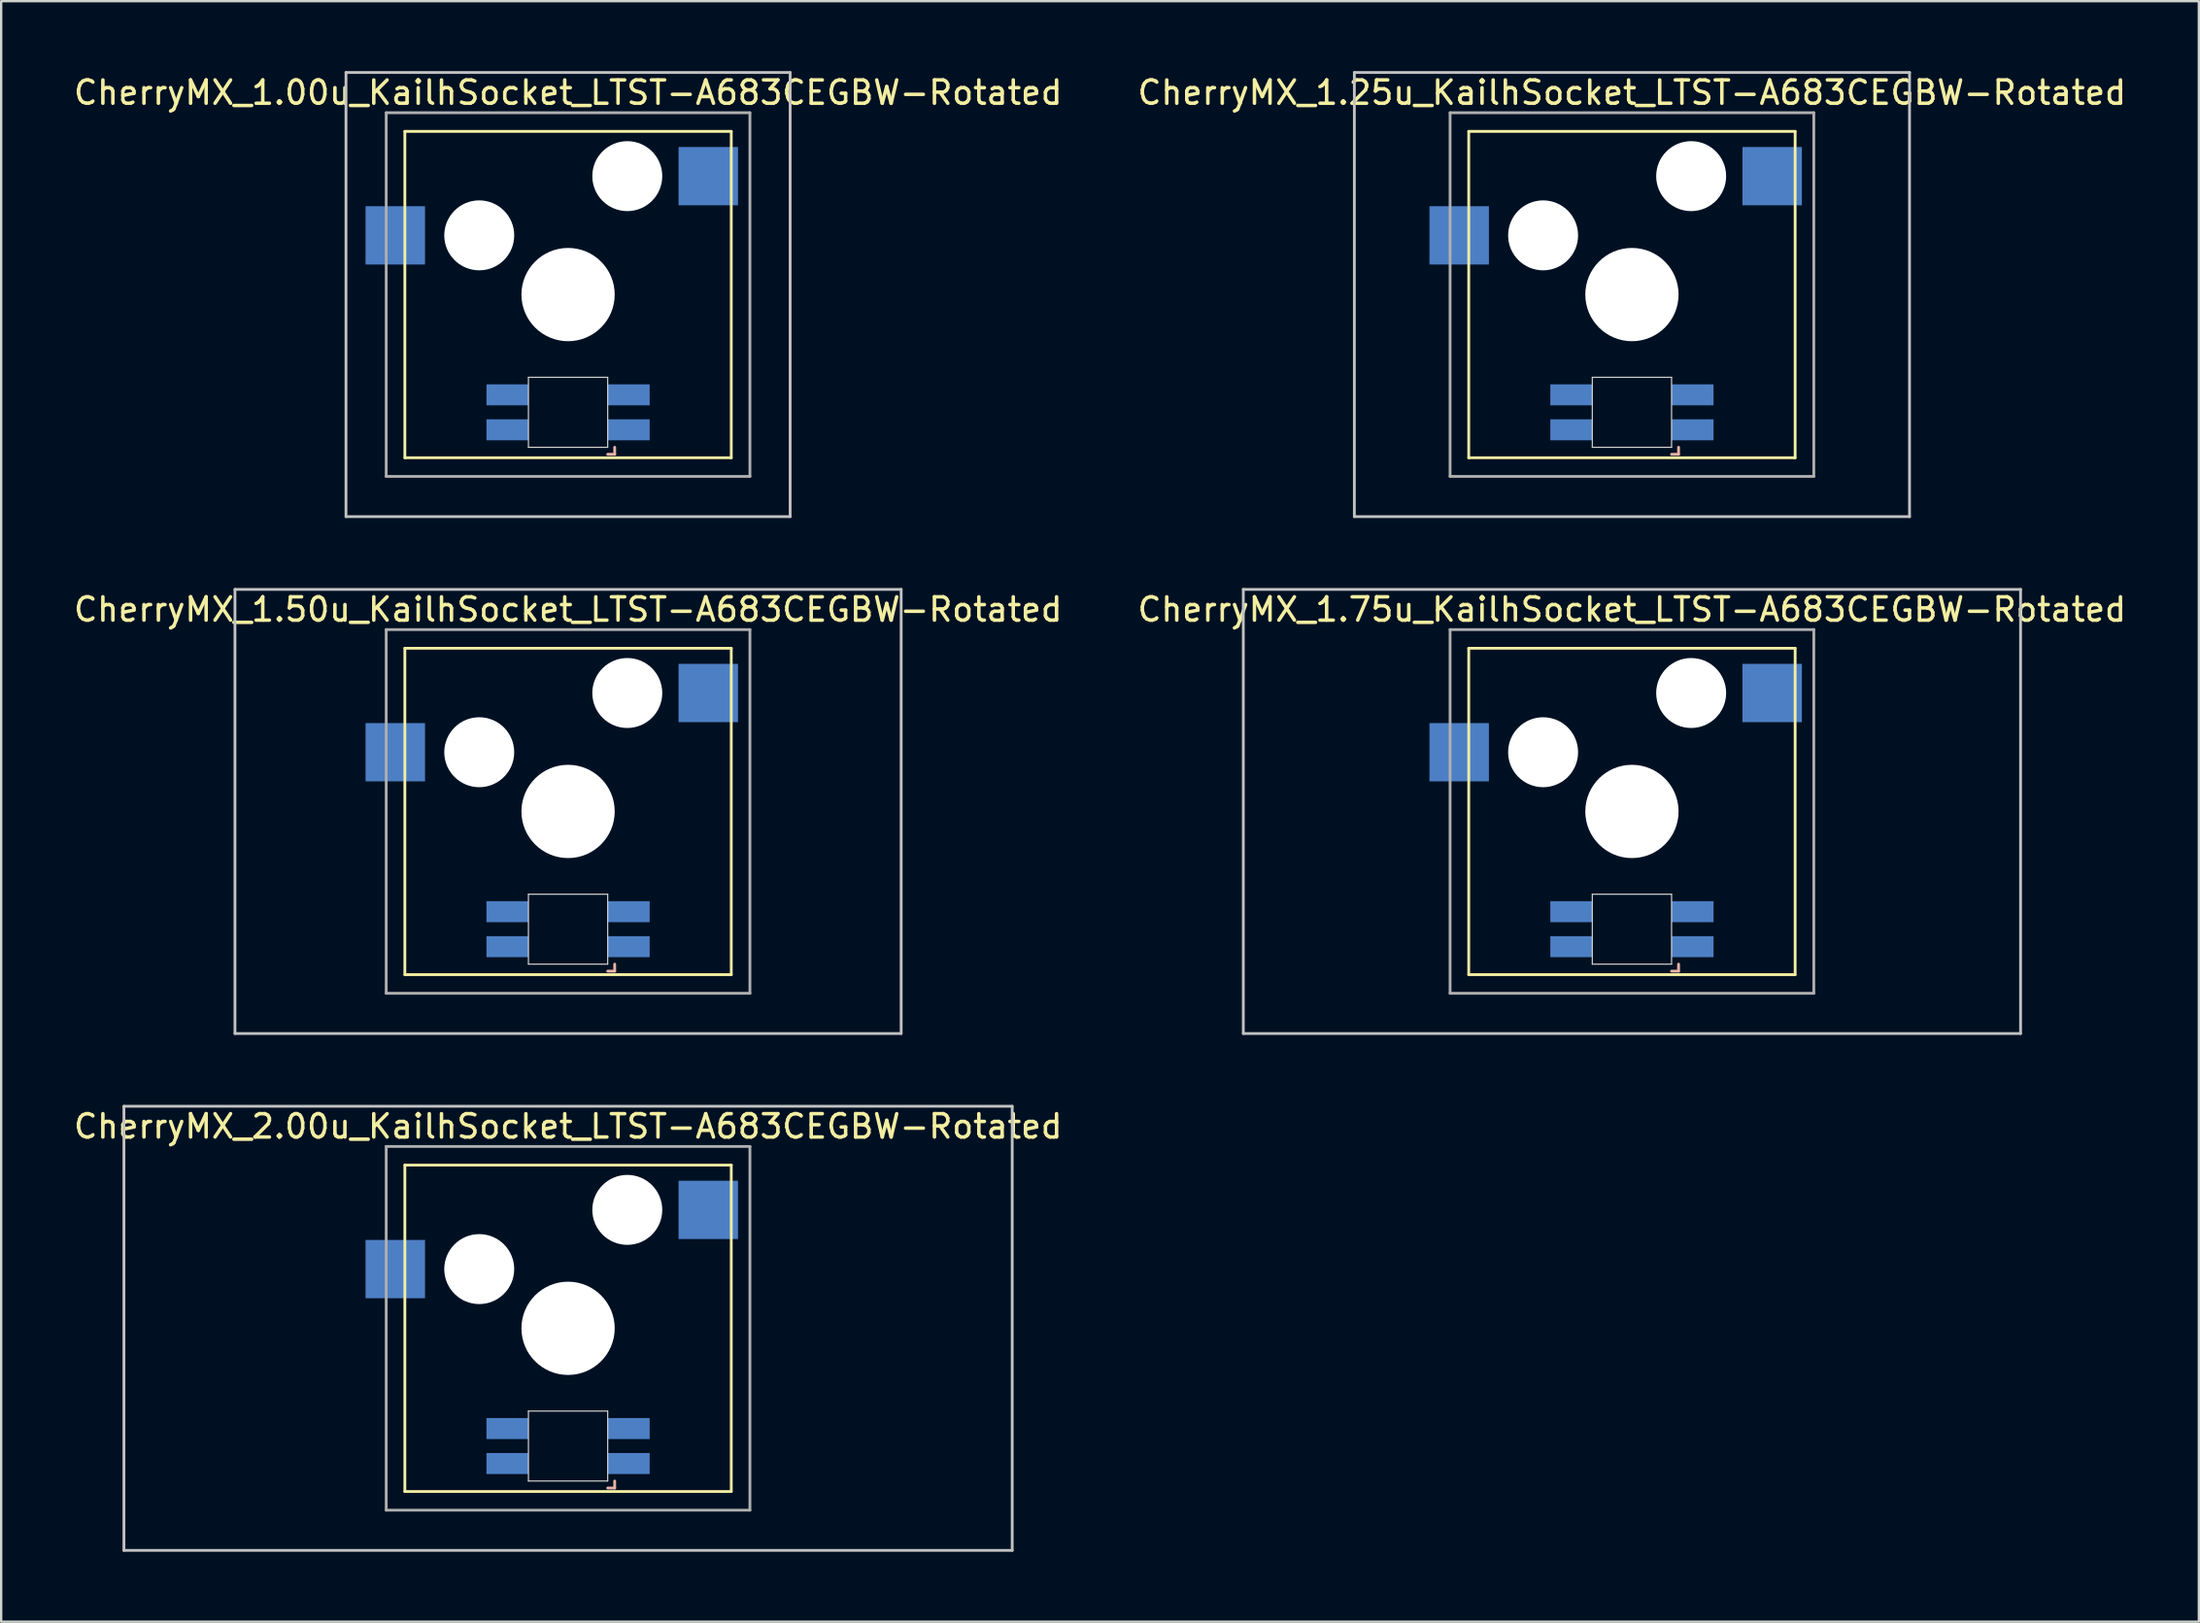
<source format=kicad_pcb>
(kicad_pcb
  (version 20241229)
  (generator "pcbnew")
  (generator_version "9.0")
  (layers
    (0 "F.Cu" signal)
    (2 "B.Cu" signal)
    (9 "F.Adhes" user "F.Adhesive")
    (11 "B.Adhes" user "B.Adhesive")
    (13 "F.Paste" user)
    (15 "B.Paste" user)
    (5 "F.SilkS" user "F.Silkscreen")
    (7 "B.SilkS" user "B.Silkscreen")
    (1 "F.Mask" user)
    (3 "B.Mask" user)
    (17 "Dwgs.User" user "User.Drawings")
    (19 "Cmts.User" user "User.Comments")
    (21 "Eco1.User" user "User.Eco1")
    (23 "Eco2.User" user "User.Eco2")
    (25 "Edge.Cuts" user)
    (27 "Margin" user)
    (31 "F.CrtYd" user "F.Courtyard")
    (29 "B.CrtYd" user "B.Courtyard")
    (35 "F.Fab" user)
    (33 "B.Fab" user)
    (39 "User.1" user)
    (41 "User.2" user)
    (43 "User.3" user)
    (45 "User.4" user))
  (footprint "CherryMX_1.50u_KailhSocket_LTST-A683CEGBW-Rotated"
    (layer "F.Cu")
    (at 21.315 31.755)
    (property "Reference" "CherryMX_1.50u_KailhSocket_LTST-A683CEGBW-Rotated" (at 0 -8.662 0) (layer "F.SilkS") (effects (font (size 1 1) (thickness 0.15))))
    (attr through_hole)
    (fp_line (start -7 -7) (end -7 7) (stroke (width 0.12) (type solid)) (layer "F.SilkS"))
    (fp_line (start -7 -7) (end 7 -7) (stroke (width 0.12) (type solid)) (layer "F.SilkS"))
    (fp_line (start 7 -7) (end 7 7) (stroke (width 0.12) (type solid)) (layer "F.SilkS"))
    (fp_line (start 7 7) (end -7 7) (stroke (width 0.12) (type solid)) (layer "F.SilkS"))
    (fp_line (start 1.7 6.85) (end 2 6.85) (stroke (width 0.12) (type solid)) (layer "B.SilkS"))
    (fp_line (start 2 6.85) (end 2 6.55) (stroke (width 0.12) (type solid)) (layer "B.SilkS"))
    (fp_line (start -14.287 -9.525) (end 14.287 -9.525) (stroke (width 0.12) (type solid)) (layer "Dwgs.User"))
    (fp_line (start -14.287 9.525) (end -14.287 -9.525) (stroke (width 0.12) (type solid)) (layer "Dwgs.User"))
    (fp_line (start 14.287 -9.525) (end 14.287 9.525) (stroke (width 0.12) (type solid)) (layer "Dwgs.User"))
    (fp_line (start 14.287 9.525) (end -14.287 9.525) (stroke (width 0.12) (type solid)) (layer "Dwgs.User"))
    (fp_line (start -1.7 3.55) (end 1.7 3.55) (stroke (width 0.05) (type solid)) (layer "Edge.Cuts"))
    (fp_line (start -1.7 6.55) (end -1.7 3.55) (stroke (width 0.05) (type solid)) (layer "Edge.Cuts"))
    (fp_line (start 1.7 3.55) (end 1.7 6.55) (stroke (width 0.05) (type solid)) (layer "Edge.Cuts"))
    (fp_line (start 1.7 6.55) (end -1.7 6.55) (stroke (width 0.05) (type solid)) (layer "Edge.Cuts"))
    (fp_line (start -7.8 -7.8) (end -7.8 7.8) (stroke (width 0.12) (type solid)) (layer "F.Fab"))
    (fp_line (start -7.8 -7.8) (end 7.8 -7.8) (stroke (width 0.12) (type solid)) (layer "F.Fab"))
    (fp_line (start -7.8 7.8) (end 7.8 7.8) (stroke (width 0.12) (type solid)) (layer "F.Fab"))
    (fp_line (start 7.8 -7.8) (end 7.8 7.8) (stroke (width 0.12) (type solid)) (layer "F.Fab"))
    (pad "" np_thru_hole circle (at -3.81 -2.54) (size 3 3) (drill 3) (layers "*.Cu" "*.Mask"))
    (pad "" np_thru_hole circle (at 0 0) (size 4 4) (drill 4) (layers "*.Cu" "*.Mask"))
    (pad "" np_thru_hole circle (at 2.54 -5.08) (size 3 3) (drill 3) (layers "*.Cu" "*.Mask"))
    (pad "1" smd rect (at -7.41 -2.54) (size 2.55 2.5) (layers "B.Cu" "B.Mask" "B.Paste"))
    (pad "2" smd rect (at 6.015 -5.08) (size 2.55 2.5) (layers "B.Cu" "B.Mask" "B.Paste"))
    (pad "3" smd rect (at 2.6 5.8) (size 1.8 0.9) (layers "B.Cu" "B.Mask" "B.Paste"))
    (pad "4" smd rect (at 2.6 4.3) (size 1.8 0.9) (layers "B.Cu" "B.Mask" "B.Paste"))
    (pad "5" smd rect (at -2.6 5.8) (size 1.8 0.9) (layers "B.Cu" "B.Mask" "B.Paste"))
    (pad "6" smd rect (at -2.6 4.3) (size 1.8 0.9) (layers "B.Cu" "B.Mask" "B.Paste")))
  (footprint "CherryMX_2.00u_KailhSocket_LTST-A683CEGBW-Rotated"
    (layer "F.Cu")
    (at 21.315 53.925)
    (property "Reference" "CherryMX_2.00u_KailhSocket_LTST-A683CEGBW-Rotated" (at 0 -8.662 0) (layer "F.SilkS") (effects (font (size 1 1) (thickness 0.15))))
    (attr through_hole)
    (fp_line (start -7 -7) (end -7 7) (stroke (width 0.12) (type solid)) (layer "F.SilkS"))
    (fp_line (start -7 -7) (end 7 -7) (stroke (width 0.12) (type solid)) (layer "F.SilkS"))
    (fp_line (start 7 -7) (end 7 7) (stroke (width 0.12) (type solid)) (layer "F.SilkS"))
    (fp_line (start 7 7) (end -7 7) (stroke (width 0.12) (type solid)) (layer "F.SilkS"))
    (fp_line (start 1.7 6.85) (end 2 6.85) (stroke (width 0.12) (type solid)) (layer "B.SilkS"))
    (fp_line (start 2 6.85) (end 2 6.55) (stroke (width 0.12) (type solid)) (layer "B.SilkS"))
    (fp_line (start -19.05 -9.525) (end 19.05 -9.525) (stroke (width 0.12) (type solid)) (layer "Dwgs.User"))
    (fp_line (start -19.05 9.525) (end -19.05 -9.525) (stroke (width 0.12) (type solid)) (layer "Dwgs.User"))
    (fp_line (start 19.05 -9.525) (end 19.05 9.525) (stroke (width 0.12) (type solid)) (layer "Dwgs.User"))
    (fp_line (start 19.05 9.525) (end -19.05 9.525) (stroke (width 0.12) (type solid)) (layer "Dwgs.User"))
    (fp_line (start -1.7 3.55) (end 1.7 3.55) (stroke (width 0.05) (type solid)) (layer "Edge.Cuts"))
    (fp_line (start -1.7 6.55) (end -1.7 3.55) (stroke (width 0.05) (type solid)) (layer "Edge.Cuts"))
    (fp_line (start 1.7 3.55) (end 1.7 6.55) (stroke (width 0.05) (type solid)) (layer "Edge.Cuts"))
    (fp_line (start 1.7 6.55) (end -1.7 6.55) (stroke (width 0.05) (type solid)) (layer "Edge.Cuts"))
    (fp_line (start -7.8 -7.8) (end -7.8 7.8) (stroke (width 0.12) (type solid)) (layer "F.Fab"))
    (fp_line (start -7.8 -7.8) (end 7.8 -7.8) (stroke (width 0.12) (type solid)) (layer "F.Fab"))
    (fp_line (start -7.8 7.8) (end 7.8 7.8) (stroke (width 0.12) (type solid)) (layer "F.Fab"))
    (fp_line (start 7.8 -7.8) (end 7.8 7.8) (stroke (width 0.12) (type solid)) (layer "F.Fab"))
    (pad "" np_thru_hole circle (at -3.81 -2.54) (size 3 3) (drill 3) (layers "*.Cu" "*.Mask"))
    (pad "" np_thru_hole circle (at 0 0) (size 4 4) (drill 4) (layers "*.Cu" "*.Mask"))
    (pad "" np_thru_hole circle (at 2.54 -5.08) (size 3 3) (drill 3) (layers "*.Cu" "*.Mask"))
    (pad "1" smd rect (at -7.41 -2.54) (size 2.55 2.5) (layers "B.Cu" "B.Mask" "B.Paste"))
    (pad "2" smd rect (at 6.015 -5.08) (size 2.55 2.5) (layers "B.Cu" "B.Mask" "B.Paste"))
    (pad "3" smd rect (at 2.6 5.8) (size 1.8 0.9) (layers "B.Cu" "B.Mask" "B.Paste"))
    (pad "4" smd rect (at 2.6 4.3) (size 1.8 0.9) (layers "B.Cu" "B.Mask" "B.Paste"))
    (pad "5" smd rect (at -2.6 5.8) (size 1.8 0.9) (layers "B.Cu" "B.Mask" "B.Paste"))
    (pad "6" smd rect (at -2.6 4.3) (size 1.8 0.9) (layers "B.Cu" "B.Mask" "B.Paste")))
  (footprint "CherryMX_1.25u_KailhSocket_LTST-A683CEGBW-Rotated"
    (layer "F.Cu")
    (at 66.946 9.585)
    (property "Reference" "CherryMX_1.25u_KailhSocket_LTST-A683CEGBW-Rotated" (at 0 -8.662 0) (layer "F.SilkS") (effects (font (size 1 1) (thickness 0.15))))
    (attr through_hole)
    (fp_line (start -7 -7) (end -7 7) (stroke (width 0.12) (type solid)) (layer "F.SilkS"))
    (fp_line (start -7 -7) (end 7 -7) (stroke (width 0.12) (type solid)) (layer "F.SilkS"))
    (fp_line (start 7 -7) (end 7 7) (stroke (width 0.12) (type solid)) (layer "F.SilkS"))
    (fp_line (start 7 7) (end -7 7) (stroke (width 0.12) (type solid)) (layer "F.SilkS"))
    (fp_line (start 1.7 6.85) (end 2 6.85) (stroke (width 0.12) (type solid)) (layer "B.SilkS"))
    (fp_line (start 2 6.85) (end 2 6.55) (stroke (width 0.12) (type solid)) (layer "B.SilkS"))
    (fp_line (start -11.906 -9.525) (end 11.906 -9.525) (stroke (width 0.12) (type solid)) (layer "Dwgs.User"))
    (fp_line (start -11.906 9.525) (end -11.906 -9.525) (stroke (width 0.12) (type solid)) (layer "Dwgs.User"))
    (fp_line (start 11.906 -9.525) (end 11.906 9.525) (stroke (width 0.12) (type solid)) (layer "Dwgs.User"))
    (fp_line (start 11.906 9.525) (end -11.906 9.525) (stroke (width 0.12) (type solid)) (layer "Dwgs.User"))
    (fp_line (start -1.7 3.55) (end 1.7 3.55) (stroke (width 0.05) (type solid)) (layer "Edge.Cuts"))
    (fp_line (start -1.7 6.55) (end -1.7 3.55) (stroke (width 0.05) (type solid)) (layer "Edge.Cuts"))
    (fp_line (start 1.7 3.55) (end 1.7 6.55) (stroke (width 0.05) (type solid)) (layer "Edge.Cuts"))
    (fp_line (start 1.7 6.55) (end -1.7 6.55) (stroke (width 0.05) (type solid)) (layer "Edge.Cuts"))
    (fp_line (start -7.8 -7.8) (end -7.8 7.8) (stroke (width 0.12) (type solid)) (layer "F.Fab"))
    (fp_line (start -7.8 -7.8) (end 7.8 -7.8) (stroke (width 0.12) (type solid)) (layer "F.Fab"))
    (fp_line (start -7.8 7.8) (end 7.8 7.8) (stroke (width 0.12) (type solid)) (layer "F.Fab"))
    (fp_line (start 7.8 -7.8) (end 7.8 7.8) (stroke (width 0.12) (type solid)) (layer "F.Fab"))
    (pad "" np_thru_hole circle (at -3.81 -2.54) (size 3 3) (drill 3) (layers "*.Cu" "*.Mask"))
    (pad "" np_thru_hole circle (at 0 0) (size 4 4) (drill 4) (layers "*.Cu" "*.Mask"))
    (pad "" np_thru_hole circle (at 2.54 -5.08) (size 3 3) (drill 3) (layers "*.Cu" "*.Mask"))
    (pad "1" smd rect (at -7.41 -2.54) (size 2.55 2.5) (layers "B.Cu" "B.Mask" "B.Paste"))
    (pad "2" smd rect (at 6.015 -5.08) (size 2.55 2.5) (layers "B.Cu" "B.Mask" "B.Paste"))
    (pad "3" smd rect (at 2.6 5.8) (size 1.8 0.9) (layers "B.Cu" "B.Mask" "B.Paste"))
    (pad "4" smd rect (at 2.6 4.3) (size 1.8 0.9) (layers "B.Cu" "B.Mask" "B.Paste"))
    (pad "5" smd rect (at -2.6 5.8) (size 1.8 0.9) (layers "B.Cu" "B.Mask" "B.Paste"))
    (pad "6" smd rect (at -2.6 4.3) (size 1.8 0.9) (layers "B.Cu" "B.Mask" "B.Paste")))
  (footprint "CherryMX_1.75u_KailhSocket_LTST-A683CEGBW-Rotated"
    (layer "F.Cu")
    (at 66.946 31.755)
    (property "Reference" "CherryMX_1.75u_KailhSocket_LTST-A683CEGBW-Rotated" (at 0 -8.662 0) (layer "F.SilkS") (effects (font (size 1 1) (thickness 0.15))))
    (attr through_hole)
    (fp_line (start -7 -7) (end -7 7) (stroke (width 0.12) (type solid)) (layer "F.SilkS"))
    (fp_line (start -7 -7) (end 7 -7) (stroke (width 0.12) (type solid)) (layer "F.SilkS"))
    (fp_line (start 7 -7) (end 7 7) (stroke (width 0.12) (type solid)) (layer "F.SilkS"))
    (fp_line (start 7 7) (end -7 7) (stroke (width 0.12) (type solid)) (layer "F.SilkS"))
    (fp_line (start 1.7 6.85) (end 2 6.85) (stroke (width 0.12) (type solid)) (layer "B.SilkS"))
    (fp_line (start 2 6.85) (end 2 6.55) (stroke (width 0.12) (type solid)) (layer "B.SilkS"))
    (fp_line (start -16.669 -9.525) (end 16.669 -9.525) (stroke (width 0.12) (type solid)) (layer "Dwgs.User"))
    (fp_line (start -16.669 9.525) (end -16.669 -9.525) (stroke (width 0.12) (type solid)) (layer "Dwgs.User"))
    (fp_line (start 16.669 -9.525) (end 16.669 9.525) (stroke (width 0.12) (type solid)) (layer "Dwgs.User"))
    (fp_line (start 16.669 9.525) (end -16.669 9.525) (stroke (width 0.12) (type solid)) (layer "Dwgs.User"))
    (fp_line (start -1.7 3.55) (end 1.7 3.55) (stroke (width 0.05) (type solid)) (layer "Edge.Cuts"))
    (fp_line (start -1.7 6.55) (end -1.7 3.55) (stroke (width 0.05) (type solid)) (layer "Edge.Cuts"))
    (fp_line (start 1.7 3.55) (end 1.7 6.55) (stroke (width 0.05) (type solid)) (layer "Edge.Cuts"))
    (fp_line (start 1.7 6.55) (end -1.7 6.55) (stroke (width 0.05) (type solid)) (layer "Edge.Cuts"))
    (fp_line (start -7.8 -7.8) (end -7.8 7.8) (stroke (width 0.12) (type solid)) (layer "F.Fab"))
    (fp_line (start -7.8 -7.8) (end 7.8 -7.8) (stroke (width 0.12) (type solid)) (layer "F.Fab"))
    (fp_line (start -7.8 7.8) (end 7.8 7.8) (stroke (width 0.12) (type solid)) (layer "F.Fab"))
    (fp_line (start 7.8 -7.8) (end 7.8 7.8) (stroke (width 0.12) (type solid)) (layer "F.Fab"))
    (pad "" np_thru_hole circle (at -3.81 -2.54) (size 3 3) (drill 3) (layers "*.Cu" "*.Mask"))
    (pad "" np_thru_hole circle (at 0 0) (size 4 4) (drill 4) (layers "*.Cu" "*.Mask"))
    (pad "" np_thru_hole circle (at 2.54 -5.08) (size 3 3) (drill 3) (layers "*.Cu" "*.Mask"))
    (pad "1" smd rect (at -7.41 -2.54) (size 2.55 2.5) (layers "B.Cu" "B.Mask" "B.Paste"))
    (pad "2" smd rect (at 6.015 -5.08) (size 2.55 2.5) (layers "B.Cu" "B.Mask" "B.Paste"))
    (pad "3" smd rect (at 2.6 5.8) (size 1.8 0.9) (layers "B.Cu" "B.Mask" "B.Paste"))
    (pad "4" smd rect (at 2.6 4.3) (size 1.8 0.9) (layers "B.Cu" "B.Mask" "B.Paste"))
    (pad "5" smd rect (at -2.6 5.8) (size 1.8 0.9) (layers "B.Cu" "B.Mask" "B.Paste"))
    (pad "6" smd rect (at -2.6 4.3) (size 1.8 0.9) (layers "B.Cu" "B.Mask" "B.Paste")))
  (footprint "CherryMX_1.00u_KailhSocket_LTST-A683CEGBW-Rotated"
    (layer "F.Cu")
    (at 21.315 9.585)
    (property "Reference" "CherryMX_1.00u_KailhSocket_LTST-A683CEGBW-Rotated" (at 0 -8.662 0) (layer "F.SilkS") (effects (font (size 1 1) (thickness 0.15))))
    (attr through_hole)
    (fp_line (start -7 -7) (end -7 7) (stroke (width 0.12) (type solid)) (layer "F.SilkS"))
    (fp_line (start -7 -7) (end 7 -7) (stroke (width 0.12) (type solid)) (layer "F.SilkS"))
    (fp_line (start 7 -7) (end 7 7) (stroke (width 0.12) (type solid)) (layer "F.SilkS"))
    (fp_line (start 7 7) (end -7 7) (stroke (width 0.12) (type solid)) (layer "F.SilkS"))
    (fp_line (start 1.7 6.85) (end 2 6.85) (stroke (width 0.12) (type solid)) (layer "B.SilkS"))
    (fp_line (start 2 6.85) (end 2 6.55) (stroke (width 0.12) (type solid)) (layer "B.SilkS"))
    (fp_line (start -9.525 -9.525) (end 9.525 -9.525) (stroke (width 0.12) (type solid)) (layer "Dwgs.User"))
    (fp_line (start -9.525 9.525) (end -9.525 -9.525) (stroke (width 0.12) (type solid)) (layer "Dwgs.User"))
    (fp_line (start 9.525 -9.525) (end 9.525 9.525) (stroke (width 0.12) (type solid)) (layer "Dwgs.User"))
    (fp_line (start 9.525 9.525) (end -9.525 9.525) (stroke (width 0.12) (type solid)) (layer "Dwgs.User"))
    (fp_line (start -1.7 3.55) (end 1.7 3.55) (stroke (width 0.05) (type solid)) (layer "Edge.Cuts"))
    (fp_line (start -1.7 6.55) (end -1.7 3.55) (stroke (width 0.05) (type solid)) (layer "Edge.Cuts"))
    (fp_line (start 1.7 3.55) (end 1.7 6.55) (stroke (width 0.05) (type solid)) (layer "Edge.Cuts"))
    (fp_line (start 1.7 6.55) (end -1.7 6.55) (stroke (width 0.05) (type solid)) (layer "Edge.Cuts"))
    (fp_line (start -7.8 -7.8) (end -7.8 7.8) (stroke (width 0.12) (type solid)) (layer "F.Fab"))
    (fp_line (start -7.8 -7.8) (end 7.8 -7.8) (stroke (width 0.12) (type solid)) (layer "F.Fab"))
    (fp_line (start -7.8 7.8) (end 7.8 7.8) (stroke (width 0.12) (type solid)) (layer "F.Fab"))
    (fp_line (start 7.8 -7.8) (end 7.8 7.8) (stroke (width 0.12) (type solid)) (layer "F.Fab"))
    (pad "" np_thru_hole circle (at -3.81 -2.54) (size 3 3) (drill 3) (layers "*.Cu" "*.Mask"))
    (pad "" np_thru_hole circle (at 0 0) (size 4 4) (drill 4) (layers "*.Cu" "*.Mask"))
    (pad "" np_thru_hole circle (at 2.54 -5.08) (size 3 3) (drill 3) (layers "*.Cu" "*.Mask"))
    (pad "1" smd rect (at -7.41 -2.54) (size 2.55 2.5) (layers "B.Cu" "B.Mask" "B.Paste"))
    (pad "2" smd rect (at 6.015 -5.08) (size 2.55 2.5) (layers "B.Cu" "B.Mask" "B.Paste"))
    (pad "3" smd rect (at 2.6 5.8) (size 1.8 0.9) (layers "B.Cu" "B.Mask" "B.Paste"))
    (pad "4" smd rect (at 2.6 4.3) (size 1.8 0.9) (layers "B.Cu" "B.Mask" "B.Paste"))
    (pad "5" smd rect (at -2.6 5.8) (size 1.8 0.9) (layers "B.Cu" "B.Mask" "B.Paste"))
    (pad "6" smd rect (at -2.6 4.3) (size 1.8 0.9) (layers "B.Cu" "B.Mask" "B.Paste")))
  (gr_rect
    (start -3 -3)
    (end 91.262 66.51)
    (stroke (width 0.1) (type default))
    (fill no)
    (layer "Edge.Cuts")))
</source>
